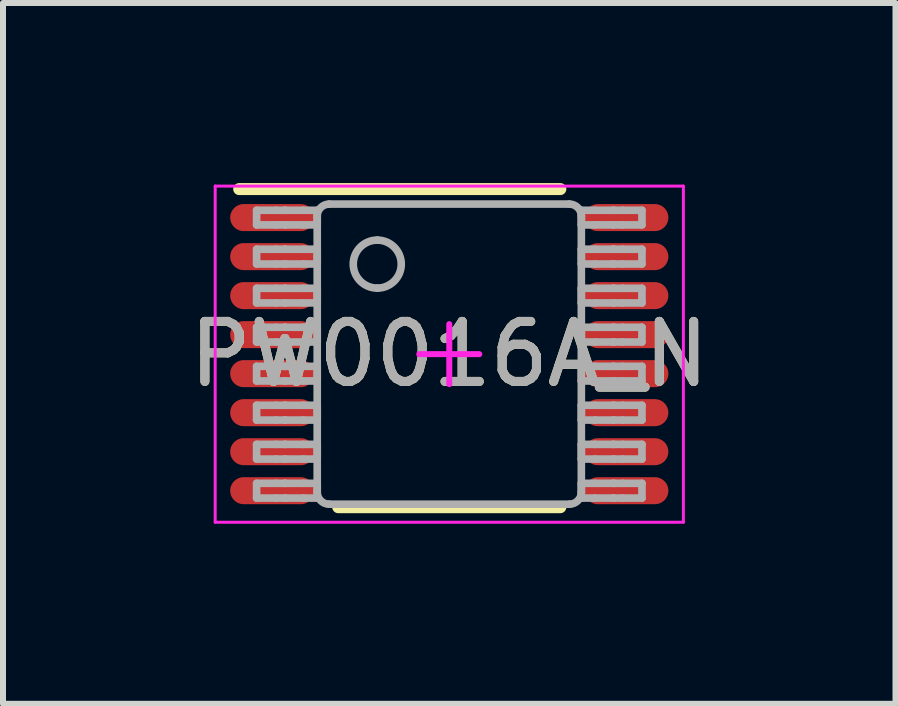
<source format=kicad_pcb>
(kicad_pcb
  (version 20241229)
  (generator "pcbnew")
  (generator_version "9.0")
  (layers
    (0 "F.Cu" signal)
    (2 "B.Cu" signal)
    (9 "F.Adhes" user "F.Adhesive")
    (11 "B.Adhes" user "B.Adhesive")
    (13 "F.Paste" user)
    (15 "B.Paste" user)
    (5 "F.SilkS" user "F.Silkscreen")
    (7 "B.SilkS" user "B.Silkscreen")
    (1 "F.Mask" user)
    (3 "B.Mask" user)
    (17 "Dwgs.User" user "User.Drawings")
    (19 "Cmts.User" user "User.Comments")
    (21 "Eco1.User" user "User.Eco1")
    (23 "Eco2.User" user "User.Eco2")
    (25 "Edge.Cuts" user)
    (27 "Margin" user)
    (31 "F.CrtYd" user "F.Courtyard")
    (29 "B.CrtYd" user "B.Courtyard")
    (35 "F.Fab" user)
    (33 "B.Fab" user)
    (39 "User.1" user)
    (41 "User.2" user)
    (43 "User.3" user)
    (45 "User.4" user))
  (footprint "PW0016A_N"
    (layer "F.Cu")
    (at 4.435 2.85)
    (property "Reference" "PW0016A_N" (at 0 0 0) (unlocked yes) (layer "F.SilkS") (effects (font (size 1 1) (thickness 0.15))))
    (attr smd)
    (fp_line (start -3.5 -2.75) (end 1.85 -2.75) (stroke (width 0.2) (type solid)) (layer "F.SilkS"))
    (fp_line (start -1.85 2.55) (end 1.85 2.55) (stroke (width 0.2) (type solid)) (layer "F.SilkS"))
    (fp_line (start -3.9 -2.8) (end 3.9 -2.8) (stroke (width 0.05) (type solid)) (layer "F.CrtYd"))
    (fp_line (start -3.9 2.8) (end -3.9 -2.8) (stroke (width 0.05) (type solid)) (layer "F.CrtYd"))
    (fp_line (start -3.9 2.8) (end 3.9 2.8) (stroke (width 0.05) (type solid)) (layer "F.CrtYd"))
    (fp_line (start -0.5 0) (end 0.5 0) (stroke (width 0.1) (type solid)) (layer "F.CrtYd"))
    (fp_line (start 0 0.5) (end 0 -0.5) (stroke (width 0.1) (type solid)) (layer "F.CrtYd"))
    (fp_line (start 3.9 2.8) (end 3.9 -2.8) (stroke (width 0.05) (type solid)) (layer "F.CrtYd"))
    (fp_line (start -3.21 -2.397) (end -2.887 -2.397) (stroke (width 0.127) (type solid)) (layer "F.Fab"))
    (fp_line (start -3.21 -2.153) (end -3.21 -2.397) (stroke (width 0.127) (type solid)) (layer "F.Fab"))
    (fp_line (start -3.21 -2.153) (end -2.887 -2.153) (stroke (width 0.127) (type solid)) (layer "F.Fab"))
    (fp_line (start -3.21 -1.748) (end -2.887 -1.748) (stroke (width 0.127) (type solid)) (layer "F.Fab"))
    (fp_line (start -3.21 -1.502) (end -3.21 -1.748) (stroke (width 0.127) (type solid)) (layer "F.Fab"))
    (fp_line (start -3.21 -1.502) (end -2.887 -1.502) (stroke (width 0.127) (type solid)) (layer "F.Fab"))
    (fp_line (start -3.21 -1.097) (end -2.887 -1.097) (stroke (width 0.127) (type solid)) (layer "F.Fab"))
    (fp_line (start -3.21 -0.853) (end -3.21 -1.097) (stroke (width 0.127) (type solid)) (layer "F.Fab"))
    (fp_line (start -3.21 -0.853) (end -2.887 -0.853) (stroke (width 0.127) (type solid)) (layer "F.Fab"))
    (fp_line (start -3.21 -0.448) (end -2.887 -0.448) (stroke (width 0.127) (type solid)) (layer "F.Fab"))
    (fp_line (start -3.21 -0.202) (end -3.21 -0.448) (stroke (width 0.127) (type solid)) (layer "F.Fab"))
    (fp_line (start -3.21 -0.202) (end -2.887 -0.202) (stroke (width 0.127) (type solid)) (layer "F.Fab"))
    (fp_line (start -3.21 0.203) (end -2.887 0.203) (stroke (width 0.127) (type solid)) (layer "F.Fab"))
    (fp_line (start -3.21 0.447) (end -3.21 0.203) (stroke (width 0.127) (type solid)) (layer "F.Fab"))
    (fp_line (start -3.21 0.447) (end -2.887 0.447) (stroke (width 0.127) (type solid)) (layer "F.Fab"))
    (fp_line (start -3.21 0.852) (end -2.887 0.852) (stroke (width 0.127) (type solid)) (layer "F.Fab"))
    (fp_line (start -3.21 1.098) (end -3.21 0.852) (stroke (width 0.127) (type solid)) (layer "F.Fab"))
    (fp_line (start -3.21 1.098) (end -2.887 1.098) (stroke (width 0.127) (type solid)) (layer "F.Fab"))
    (fp_line (start -3.21 1.503) (end -2.887 1.503) (stroke (width 0.127) (type solid)) (layer "F.Fab"))
    (fp_line (start -3.21 1.748) (end -3.21 1.503) (stroke (width 0.127) (type solid)) (layer "F.Fab"))
    (fp_line (start -3.21 1.748) (end -2.887 1.748) (stroke (width 0.127) (type solid)) (layer "F.Fab"))
    (fp_line (start -3.21 2.152) (end -2.887 2.152) (stroke (width 0.127) (type solid)) (layer "F.Fab"))
    (fp_line (start -3.21 2.398) (end -3.21 2.152) (stroke (width 0.127) (type solid)) (layer "F.Fab"))
    (fp_line (start -3.21 2.398) (end -2.887 2.398) (stroke (width 0.127) (type solid)) (layer "F.Fab"))
    (fp_line (start -2.887 -2.397) (end -2.739 -2.397) (stroke (width 0.127) (type solid)) (layer "F.Fab"))
    (fp_line (start -2.887 -2.153) (end -2.739 -2.153) (stroke (width 0.127) (type solid)) (layer "F.Fab"))
    (fp_line (start -2.887 -1.748) (end -2.739 -1.748) (stroke (width 0.127) (type solid)) (layer "F.Fab"))
    (fp_line (start -2.887 -1.502) (end -2.739 -1.502) (stroke (width 0.127) (type solid)) (layer "F.Fab"))
    (fp_line (start -2.887 -1.097) (end -2.739 -1.097) (stroke (width 0.127) (type solid)) (layer "F.Fab"))
    (fp_line (start -2.887 -0.853) (end -2.739 -0.853) (stroke (width 0.127) (type solid)) (layer "F.Fab"))
    (fp_line (start -2.887 -0.448) (end -2.739 -0.448) (stroke (width 0.127) (type solid)) (layer "F.Fab"))
    (fp_line (start -2.887 -0.202) (end -2.739 -0.202) (stroke (width 0.127) (type solid)) (layer "F.Fab"))
    (fp_line (start -2.887 0.203) (end -2.739 0.203) (stroke (width 0.127) (type solid)) (layer "F.Fab"))
    (fp_line (start -2.887 0.447) (end -2.739 0.447) (stroke (width 0.127) (type solid)) (layer "F.Fab"))
    (fp_line (start -2.887 0.852) (end -2.739 0.852) (stroke (width 0.127) (type solid)) (layer "F.Fab"))
    (fp_line (start -2.887 1.098) (end -2.739 1.098) (stroke (width 0.127) (type solid)) (layer "F.Fab"))
    (fp_line (start -2.887 1.503) (end -2.739 1.503) (stroke (width 0.127) (type solid)) (layer "F.Fab"))
    (fp_line (start -2.887 1.748) (end -2.739 1.748) (stroke (width 0.127) (type solid)) (layer "F.Fab"))
    (fp_line (start -2.887 2.152) (end -2.739 2.152) (stroke (width 0.127) (type solid)) (layer "F.Fab"))
    (fp_line (start -2.887 2.398) (end -2.739 2.398) (stroke (width 0.127) (type solid)) (layer "F.Fab"))
    (fp_line (start -2.739 -2.397) (end -2.733 -2.397) (stroke (width 0.127) (type solid)) (layer "F.Fab"))
    (fp_line (start -2.739 -2.153) (end -2.733 -2.153) (stroke (width 0.127) (type solid)) (layer "F.Fab"))
    (fp_line (start -2.739 -1.748) (end -2.733 -1.748) (stroke (width 0.127) (type solid)) (layer "F.Fab"))
    (fp_line (start -2.739 -1.502) (end -2.733 -1.502) (stroke (width 0.127) (type solid)) (layer "F.Fab"))
    (fp_line (start -2.739 -1.097) (end -2.733 -1.097) (stroke (width 0.127) (type solid)) (layer "F.Fab"))
    (fp_line (start -2.739 -0.853) (end -2.733 -0.853) (stroke (width 0.127) (type solid)) (layer "F.Fab"))
    (fp_line (start -2.739 -0.448) (end -2.733 -0.448) (stroke (width 0.127) (type solid)) (layer "F.Fab"))
    (fp_line (start -2.739 -0.202) (end -2.733 -0.202) (stroke (width 0.127) (type solid)) (layer "F.Fab"))
    (fp_line (start -2.739 0.203) (end -2.733 0.203) (stroke (width 0.127) (type solid)) (layer "F.Fab"))
    (fp_line (start -2.739 0.447) (end -2.733 0.447) (stroke (width 0.127) (type solid)) (layer "F.Fab"))
    (fp_line (start -2.739 0.852) (end -2.733 0.852) (stroke (width 0.127) (type solid)) (layer "F.Fab"))
    (fp_line (start -2.739 1.098) (end -2.733 1.098) (stroke (width 0.127) (type solid)) (layer "F.Fab"))
    (fp_line (start -2.739 1.503) (end -2.733 1.503) (stroke (width 0.127) (type solid)) (layer "F.Fab"))
    (fp_line (start -2.739 1.748) (end -2.733 1.748) (stroke (width 0.127) (type solid)) (layer "F.Fab"))
    (fp_line (start -2.739 2.152) (end -2.733 2.152) (stroke (width 0.127) (type solid)) (layer "F.Fab"))
    (fp_line (start -2.739 2.398) (end -2.733 2.398) (stroke (width 0.127) (type solid)) (layer "F.Fab"))
    (fp_line (start -2.733 -2.397) (end -2.431 -2.397) (stroke (width 0.127) (type solid)) (layer "F.Fab"))
    (fp_line (start -2.733 -2.153) (end -2.431 -2.153) (stroke (width 0.127) (type solid)) (layer "F.Fab"))
    (fp_line (start -2.733 -1.748) (end -2.431 -1.748) (stroke (width 0.127) (type solid)) (layer "F.Fab"))
    (fp_line (start -2.733 -1.502) (end -2.431 -1.502) (stroke (width 0.127) (type solid)) (layer "F.Fab"))
    (fp_line (start -2.733 -1.097) (end -2.431 -1.097) (stroke (width 0.127) (type solid)) (layer "F.Fab"))
    (fp_line (start -2.733 -0.853) (end -2.431 -0.853) (stroke (width 0.127) (type solid)) (layer "F.Fab"))
    (fp_line (start -2.733 -0.448) (end -2.431 -0.448) (stroke (width 0.127) (type solid)) (layer "F.Fab"))
    (fp_line (start -2.733 -0.202) (end -2.431 -0.202) (stroke (width 0.127) (type solid)) (layer "F.Fab"))
    (fp_line (start -2.733 0.203) (end -2.431 0.203) (stroke (width 0.127) (type solid)) (layer "F.Fab"))
    (fp_line (start -2.733 0.447) (end -2.431 0.447) (stroke (width 0.127) (type solid)) (layer "F.Fab"))
    (fp_line (start -2.733 0.852) (end -2.431 0.852) (stroke (width 0.127) (type solid)) (layer "F.Fab"))
    (fp_line (start -2.733 1.098) (end -2.431 1.098) (stroke (width 0.127) (type solid)) (layer "F.Fab"))
    (fp_line (start -2.733 1.503) (end -2.431 1.503) (stroke (width 0.127) (type solid)) (layer "F.Fab"))
    (fp_line (start -2.733 1.748) (end -2.431 1.748) (stroke (width 0.127) (type solid)) (layer "F.Fab"))
    (fp_line (start -2.733 2.152) (end -2.431 2.152) (stroke (width 0.127) (type solid)) (layer "F.Fab"))
    (fp_line (start -2.733 2.398) (end -2.431 2.398) (stroke (width 0.127) (type solid)) (layer "F.Fab"))
    (fp_line (start -2.431 -2.397) (end -2.2 -2.397) (stroke (width 0.127) (type solid)) (layer "F.Fab"))
    (fp_line (start -2.431 -2.153) (end -2.2 -2.153) (stroke (width 0.127) (type solid)) (layer "F.Fab"))
    (fp_line (start -2.431 -1.748) (end -2.2 -1.748) (stroke (width 0.127) (type solid)) (layer "F.Fab"))
    (fp_line (start -2.431 -1.502) (end -2.2 -1.502) (stroke (width 0.127) (type solid)) (layer "F.Fab"))
    (fp_line (start -2.431 -1.097) (end -2.2 -1.097) (stroke (width 0.127) (type solid)) (layer "F.Fab"))
    (fp_line (start -2.431 -0.853) (end -2.2 -0.853) (stroke (width 0.127) (type solid)) (layer "F.Fab"))
    (fp_line (start -2.431 -0.448) (end -2.2 -0.448) (stroke (width 0.127) (type solid)) (layer "F.Fab"))
    (fp_line (start -2.431 -0.202) (end -2.2 -0.202) (stroke (width 0.127) (type solid)) (layer "F.Fab"))
    (fp_line (start -2.431 0.203) (end -2.2 0.203) (stroke (width 0.127) (type solid)) (layer "F.Fab"))
    (fp_line (start -2.431 0.447) (end -2.2 0.447) (stroke (width 0.127) (type solid)) (layer "F.Fab"))
    (fp_line (start -2.431 0.852) (end -2.2 0.852) (stroke (width 0.127) (type solid)) (layer "F.Fab"))
    (fp_line (start -2.431 1.098) (end -2.2 1.098) (stroke (width 0.127) (type solid)) (layer "F.Fab"))
    (fp_line (start -2.431 1.503) (end -2.2 1.503) (stroke (width 0.127) (type solid)) (layer "F.Fab"))
    (fp_line (start -2.431 1.748) (end -2.2 1.748) (stroke (width 0.127) (type solid)) (layer "F.Fab"))
    (fp_line (start -2.431 2.152) (end -2.2 2.152) (stroke (width 0.127) (type solid)) (layer "F.Fab"))
    (fp_line (start -2.431 2.398) (end -2.2 2.398) (stroke (width 0.127) (type solid)) (layer "F.Fab"))
    (fp_line (start -2.2 -2.153) (end -2.2 -2.397) (stroke (width 0.127) (type solid)) (layer "F.Fab"))
    (fp_line (start -2.2 -1.502) (end -2.2 -1.748) (stroke (width 0.127) (type solid)) (layer "F.Fab"))
    (fp_line (start -2.2 -0.853) (end -2.2 -1.097) (stroke (width 0.127) (type solid)) (layer "F.Fab"))
    (fp_line (start -2.2 -0.202) (end -2.2 -0.448) (stroke (width 0.127) (type solid)) (layer "F.Fab"))
    (fp_line (start -2.2 0.447) (end -2.2 0.203) (stroke (width 0.127) (type solid)) (layer "F.Fab"))
    (fp_line (start -2.2 1.098) (end -2.2 0.852) (stroke (width 0.127) (type solid)) (layer "F.Fab"))
    (fp_line (start -2.2 1.748) (end -2.2 1.503) (stroke (width 0.127) (type solid)) (layer "F.Fab"))
    (fp_line (start -2.2 2.3) (end -2.2 -2.3) (stroke (width 0.127) (type solid)) (layer "F.Fab"))
    (fp_line (start -2.2 2.398) (end -2.2 2.152) (stroke (width 0.127) (type solid)) (layer "F.Fab"))
    (fp_line (start -2 -2.5) (end 2 -2.5) (stroke (width 0.127) (type solid)) (layer "F.Fab"))
    (fp_line (start -2 2.5) (end 2 2.5) (stroke (width 0.127) (type solid)) (layer "F.Fab"))
    (fp_line (start 2.2 -2.397) (end 2.43 -2.397) (stroke (width 0.127) (type solid)) (layer "F.Fab"))
    (fp_line (start 2.2 -2.153) (end 2.2 -2.397) (stroke (width 0.127) (type solid)) (layer "F.Fab"))
    (fp_line (start 2.2 -2.153) (end 2.43 -2.153) (stroke (width 0.127) (type solid)) (layer "F.Fab"))
    (fp_line (start 2.2 -1.748) (end 2.43 -1.748) (stroke (width 0.127) (type solid)) (layer "F.Fab"))
    (fp_line (start 2.2 -1.502) (end 2.2 -1.748) (stroke (width 0.127) (type solid)) (layer "F.Fab"))
    (fp_line (start 2.2 -1.502) (end 2.43 -1.502) (stroke (width 0.127) (type solid)) (layer "F.Fab"))
    (fp_line (start 2.2 -1.097) (end 2.43 -1.097) (stroke (width 0.127) (type solid)) (layer "F.Fab"))
    (fp_line (start 2.2 -0.853) (end 2.2 -1.097) (stroke (width 0.127) (type solid)) (layer "F.Fab"))
    (fp_line (start 2.2 -0.853) (end 2.43 -0.853) (stroke (width 0.127) (type solid)) (layer "F.Fab"))
    (fp_line (start 2.2 -0.448) (end 2.43 -0.448) (stroke (width 0.127) (type solid)) (layer "F.Fab"))
    (fp_line (start 2.2 -0.202) (end 2.2 -0.448) (stroke (width 0.127) (type solid)) (layer "F.Fab"))
    (fp_line (start 2.2 -0.202) (end 2.43 -0.202) (stroke (width 0.127) (type solid)) (layer "F.Fab"))
    (fp_line (start 2.2 0.203) (end 2.43 0.203) (stroke (width 0.127) (type solid)) (layer "F.Fab"))
    (fp_line (start 2.2 0.447) (end 2.2 0.203) (stroke (width 0.127) (type solid)) (layer "F.Fab"))
    (fp_line (start 2.2 0.447) (end 2.43 0.447) (stroke (width 0.127) (type solid)) (layer "F.Fab"))
    (fp_line (start 2.2 0.852) (end 2.43 0.852) (stroke (width 0.127) (type solid)) (layer "F.Fab"))
    (fp_line (start 2.2 1.098) (end 2.2 0.852) (stroke (width 0.127) (type solid)) (layer "F.Fab"))
    (fp_line (start 2.2 1.098) (end 2.43 1.098) (stroke (width 0.127) (type solid)) (layer "F.Fab"))
    (fp_line (start 2.2 1.503) (end 2.43 1.503) (stroke (width 0.127) (type solid)) (layer "F.Fab"))
    (fp_line (start 2.2 1.748) (end 2.2 1.503) (stroke (width 0.127) (type solid)) (layer "F.Fab"))
    (fp_line (start 2.2 1.748) (end 2.43 1.748) (stroke (width 0.127) (type solid)) (layer "F.Fab"))
    (fp_line (start 2.2 2.152) (end 2.43 2.152) (stroke (width 0.127) (type solid)) (layer "F.Fab"))
    (fp_line (start 2.2 2.3) (end 2.2 -2.3) (stroke (width 0.127) (type solid)) (layer "F.Fab"))
    (fp_line (start 2.2 2.398) (end 2.2 2.152) (stroke (width 0.127) (type solid)) (layer "F.Fab"))
    (fp_line (start 2.2 2.398) (end 2.43 2.398) (stroke (width 0.127) (type solid)) (layer "F.Fab"))
    (fp_line (start 2.43 -2.397) (end 2.733 -2.397) (stroke (width 0.127) (type solid)) (layer "F.Fab"))
    (fp_line (start 2.43 -2.153) (end 2.733 -2.153) (stroke (width 0.127) (type solid)) (layer "F.Fab"))
    (fp_line (start 2.43 -1.748) (end 2.733 -1.748) (stroke (width 0.127) (type solid)) (layer "F.Fab"))
    (fp_line (start 2.43 -1.502) (end 2.733 -1.502) (stroke (width 0.127) (type solid)) (layer "F.Fab"))
    (fp_line (start 2.43 -1.097) (end 2.733 -1.097) (stroke (width 0.127) (type solid)) (layer "F.Fab"))
    (fp_line (start 2.43 -0.853) (end 2.733 -0.853) (stroke (width 0.127) (type solid)) (layer "F.Fab"))
    (fp_line (start 2.43 -0.448) (end 2.733 -0.448) (stroke (width 0.127) (type solid)) (layer "F.Fab"))
    (fp_line (start 2.43 -0.202) (end 2.733 -0.202) (stroke (width 0.127) (type solid)) (layer "F.Fab"))
    (fp_line (start 2.43 0.203) (end 2.733 0.203) (stroke (width 0.127) (type solid)) (layer "F.Fab"))
    (fp_line (start 2.43 0.447) (end 2.733 0.447) (stroke (width 0.127) (type solid)) (layer "F.Fab"))
    (fp_line (start 2.43 0.852) (end 2.733 0.852) (stroke (width 0.127) (type solid)) (layer "F.Fab"))
    (fp_line (start 2.43 1.098) (end 2.733 1.098) (stroke (width 0.127) (type solid)) (layer "F.Fab"))
    (fp_line (start 2.43 1.503) (end 2.733 1.503) (stroke (width 0.127) (type solid)) (layer "F.Fab"))
    (fp_line (start 2.43 1.748) (end 2.733 1.748) (stroke (width 0.127) (type solid)) (layer "F.Fab"))
    (fp_line (start 2.43 2.152) (end 2.733 2.152) (stroke (width 0.127) (type solid)) (layer "F.Fab"))
    (fp_line (start 2.43 2.398) (end 2.733 2.398) (stroke (width 0.127) (type solid)) (layer "F.Fab"))
    (fp_line (start 2.733 -2.397) (end 2.739 -2.397) (stroke (width 0.127) (type solid)) (layer "F.Fab"))
    (fp_line (start 2.733 -2.153) (end 2.739 -2.153) (stroke (width 0.127) (type solid)) (layer "F.Fab"))
    (fp_line (start 2.733 -1.748) (end 2.739 -1.748) (stroke (width 0.127) (type solid)) (layer "F.Fab"))
    (fp_line (start 2.733 -1.502) (end 2.739 -1.502) (stroke (width 0.127) (type solid)) (layer "F.Fab"))
    (fp_line (start 2.733 -1.097) (end 2.739 -1.097) (stroke (width 0.127) (type solid)) (layer "F.Fab"))
    (fp_line (start 2.733 -0.853) (end 2.739 -0.853) (stroke (width 0.127) (type solid)) (layer "F.Fab"))
    (fp_line (start 2.733 -0.448) (end 2.739 -0.448) (stroke (width 0.127) (type solid)) (layer "F.Fab"))
    (fp_line (start 2.733 -0.202) (end 2.739 -0.202) (stroke (width 0.127) (type solid)) (layer "F.Fab"))
    (fp_line (start 2.733 0.203) (end 2.739 0.203) (stroke (width 0.127) (type solid)) (layer "F.Fab"))
    (fp_line (start 2.733 0.447) (end 2.739 0.447) (stroke (width 0.127) (type solid)) (layer "F.Fab"))
    (fp_line (start 2.733 0.852) (end 2.739 0.852) (stroke (width 0.127) (type solid)) (layer "F.Fab"))
    (fp_line (start 2.733 1.098) (end 2.739 1.098) (stroke (width 0.127) (type solid)) (layer "F.Fab"))
    (fp_line (start 2.733 1.503) (end 2.739 1.503) (stroke (width 0.127) (type solid)) (layer "F.Fab"))
    (fp_line (start 2.733 1.748) (end 2.739 1.748) (stroke (width 0.127) (type solid)) (layer "F.Fab"))
    (fp_line (start 2.733 2.152) (end 2.739 2.152) (stroke (width 0.127) (type solid)) (layer "F.Fab"))
    (fp_line (start 2.733 2.398) (end 2.739 2.398) (stroke (width 0.127) (type solid)) (layer "F.Fab"))
    (fp_line (start 2.739 -2.397) (end 2.887 -2.397) (stroke (width 0.127) (type solid)) (layer "F.Fab"))
    (fp_line (start 2.739 -2.153) (end 2.887 -2.153) (stroke (width 0.127) (type solid)) (layer "F.Fab"))
    (fp_line (start 2.739 -1.748) (end 2.887 -1.748) (stroke (width 0.127) (type solid)) (layer "F.Fab"))
    (fp_line (start 2.739 -1.502) (end 2.887 -1.502) (stroke (width 0.127) (type solid)) (layer "F.Fab"))
    (fp_line (start 2.739 -1.097) (end 2.887 -1.097) (stroke (width 0.127) (type solid)) (layer "F.Fab"))
    (fp_line (start 2.739 -0.853) (end 2.887 -0.853) (stroke (width 0.127) (type solid)) (layer "F.Fab"))
    (fp_line (start 2.739 -0.448) (end 2.887 -0.448) (stroke (width 0.127) (type solid)) (layer "F.Fab"))
    (fp_line (start 2.739 -0.202) (end 2.887 -0.202) (stroke (width 0.127) (type solid)) (layer "F.Fab"))
    (fp_line (start 2.739 0.203) (end 2.887 0.203) (stroke (width 0.127) (type solid)) (layer "F.Fab"))
    (fp_line (start 2.739 0.447) (end 2.887 0.447) (stroke (width 0.127) (type solid)) (layer "F.Fab"))
    (fp_line (start 2.739 0.852) (end 2.887 0.852) (stroke (width 0.127) (type solid)) (layer "F.Fab"))
    (fp_line (start 2.739 1.098) (end 2.887 1.098) (stroke (width 0.127) (type solid)) (layer "F.Fab"))
    (fp_line (start 2.739 1.503) (end 2.887 1.503) (stroke (width 0.127) (type solid)) (layer "F.Fab"))
    (fp_line (start 2.739 1.748) (end 2.887 1.748) (stroke (width 0.127) (type solid)) (layer "F.Fab"))
    (fp_line (start 2.739 2.152) (end 2.887 2.152) (stroke (width 0.127) (type solid)) (layer "F.Fab"))
    (fp_line (start 2.739 2.398) (end 2.887 2.398) (stroke (width 0.127) (type solid)) (layer "F.Fab"))
    (fp_line (start 2.887 -2.397) (end 3.21 -2.397) (stroke (width 0.127) (type solid)) (layer "F.Fab"))
    (fp_line (start 2.887 -2.153) (end 3.21 -2.153) (stroke (width 0.127) (type solid)) (layer "F.Fab"))
    (fp_line (start 2.887 -1.748) (end 3.21 -1.748) (stroke (width 0.127) (type solid)) (layer "F.Fab"))
    (fp_line (start 2.887 -1.502) (end 3.21 -1.502) (stroke (width 0.127) (type solid)) (layer "F.Fab"))
    (fp_line (start 2.887 -1.097) (end 3.21 -1.097) (stroke (width 0.127) (type solid)) (layer "F.Fab"))
    (fp_line (start 2.887 -0.853) (end 3.21 -0.853) (stroke (width 0.127) (type solid)) (layer "F.Fab"))
    (fp_line (start 2.887 -0.448) (end 3.21 -0.448) (stroke (width 0.127) (type solid)) (layer "F.Fab"))
    (fp_line (start 2.887 -0.202) (end 3.21 -0.202) (stroke (width 0.127) (type solid)) (layer "F.Fab"))
    (fp_line (start 2.887 0.203) (end 3.21 0.203) (stroke (width 0.127) (type solid)) (layer "F.Fab"))
    (fp_line (start 2.887 0.447) (end 3.21 0.447) (stroke (width 0.127) (type solid)) (layer "F.Fab"))
    (fp_line (start 2.887 0.852) (end 3.21 0.852) (stroke (width 0.127) (type solid)) (layer "F.Fab"))
    (fp_line (start 2.887 1.098) (end 3.21 1.098) (stroke (width 0.127) (type solid)) (layer "F.Fab"))
    (fp_line (start 2.887 1.503) (end 3.21 1.503) (stroke (width 0.127) (type solid)) (layer "F.Fab"))
    (fp_line (start 2.887 1.748) (end 3.21 1.748) (stroke (width 0.127) (type solid)) (layer "F.Fab"))
    (fp_line (start 2.887 2.152) (end 3.21 2.152) (stroke (width 0.127) (type solid)) (layer "F.Fab"))
    (fp_line (start 2.887 2.398) (end 3.21 2.398) (stroke (width 0.127) (type solid)) (layer "F.Fab"))
    (fp_line (start 3.21 -2.153) (end 3.21 -2.397) (stroke (width 0.127) (type solid)) (layer "F.Fab"))
    (fp_line (start 3.21 -1.502) (end 3.21 -1.748) (stroke (width 0.127) (type solid)) (layer "F.Fab"))
    (fp_line (start 3.21 -0.853) (end 3.21 -1.097) (stroke (width 0.127) (type solid)) (layer "F.Fab"))
    (fp_line (start 3.21 -0.202) (end 3.21 -0.448) (stroke (width 0.127) (type solid)) (layer "F.Fab"))
    (fp_line (start 3.21 0.447) (end 3.21 0.203) (stroke (width 0.127) (type solid)) (layer "F.Fab"))
    (fp_line (start 3.21 1.098) (end 3.21 0.852) (stroke (width 0.127) (type solid)) (layer "F.Fab"))
    (fp_line (start 3.21 1.748) (end 3.21 1.503) (stroke (width 0.127) (type solid)) (layer "F.Fab"))
    (fp_line (start 3.21 2.398) (end 3.21 2.152) (stroke (width 0.127) (type solid)) (layer "F.Fab"))
    (fp_arc (start -2.200001 -2.3) (mid -2.141422 -2.441421) (end -2.000001 -2.5) (stroke (width 0.127) (type solid)) (layer "F.Fab"))
    (fp_arc (start -2.000001 2.500015) (mid -2.141422 2.441437) (end -2.200001 2.300016) (stroke (width 0.127) (type solid)) (layer "F.Fab"))
    (fp_arc (start -1.200003 -1.900001) (mid -0.800003 -1.500002) (end -1.200003 -1.100003) (stroke (width 0.127) (type solid)) (layer "F.Fab"))
    (fp_arc (start -1.200003 -1.100003) (mid -1.600002 -1.500002) (end -1.200003 -1.900001) (stroke (width 0.127) (type solid)) (layer "F.Fab"))
    (fp_arc (start 1.999991 -2.5) (mid 2.141412 -2.441422) (end 2.199991 -2.3) (stroke (width 0.127) (type solid)) (layer "F.Fab"))
    (fp_arc (start 2.199991 2.300016) (mid 2.141412 2.441437) (end 1.999991 2.500015) (stroke (width 0.127) (type solid)) (layer "F.Fab"))
    (fp_text user "${REFERENCE}" (at 0 0 0) (unlocked yes) (layer "F.Fab") (effects (font (size 1 1) (thickness 0.15))))
    (pad "1" smd oval (at -2.95 -2.275 90) (size 0.45 1.4) (layers "F.Cu" "F.Mask" "F.Paste"))
    (pad "2" smd oval (at -2.95 -1.625 90) (size 0.45 1.4) (layers "F.Cu" "F.Mask" "F.Paste"))
    (pad "3" smd oval (at -2.95 -0.975 90) (size 0.45 1.4) (layers "F.Cu" "F.Mask" "F.Paste"))
    (pad "4" smd oval (at -2.95 -0.325 90) (size 0.45 1.4) (layers "F.Cu" "F.Mask" "F.Paste"))
    (pad "5" smd oval (at -2.95 0.325 90) (size 0.45 1.4) (layers "F.Cu" "F.Mask" "F.Paste"))
    (pad "6" smd oval (at -2.95 0.975 90) (size 0.45 1.4) (layers "F.Cu" "F.Mask" "F.Paste"))
    (pad "7" smd oval (at -2.95 1.625 90) (size 0.45 1.4) (layers "F.Cu" "F.Mask" "F.Paste"))
    (pad "8" smd oval (at -2.95 2.275 90) (size 0.45 1.4) (layers "F.Cu" "F.Mask" "F.Paste"))
    (pad "9" smd oval (at 2.95 2.275 90) (size 0.45 1.4) (layers "F.Cu" "F.Mask" "F.Paste"))
    (pad "10" smd oval (at 2.95 1.625 90) (size 0.45 1.4) (layers "F.Cu" "F.Mask" "F.Paste"))
    (pad "11" smd oval (at 2.95 0.975 90) (size 0.45 1.4) (layers "F.Cu" "F.Mask" "F.Paste"))
    (pad "12" smd oval (at 2.95 0.325 90) (size 0.45 1.4) (layers "F.Cu" "F.Mask" "F.Paste"))
    (pad "13" smd oval (at 2.95 -0.325 90) (size 0.45 1.4) (layers "F.Cu" "F.Mask" "F.Paste"))
    (pad "14" smd oval (at 2.95 -0.975 90) (size 0.45 1.4) (layers "F.Cu" "F.Mask" "F.Paste"))
    (pad "15" smd oval (at 2.95 -1.625 90) (size 0.45 1.4) (layers "F.Cu" "F.Mask" "F.Paste"))
    (pad "16" smd oval (at 2.95 -2.275 90) (size 0.45 1.4) (layers "F.Cu" "F.Mask" "F.Paste")))
  (gr_rect
    (start -3 -3)
    (end 11.869 8.675)
    (stroke (width 0.1) (type default))
    (fill no)
    (layer "Edge.Cuts")))
</source>
